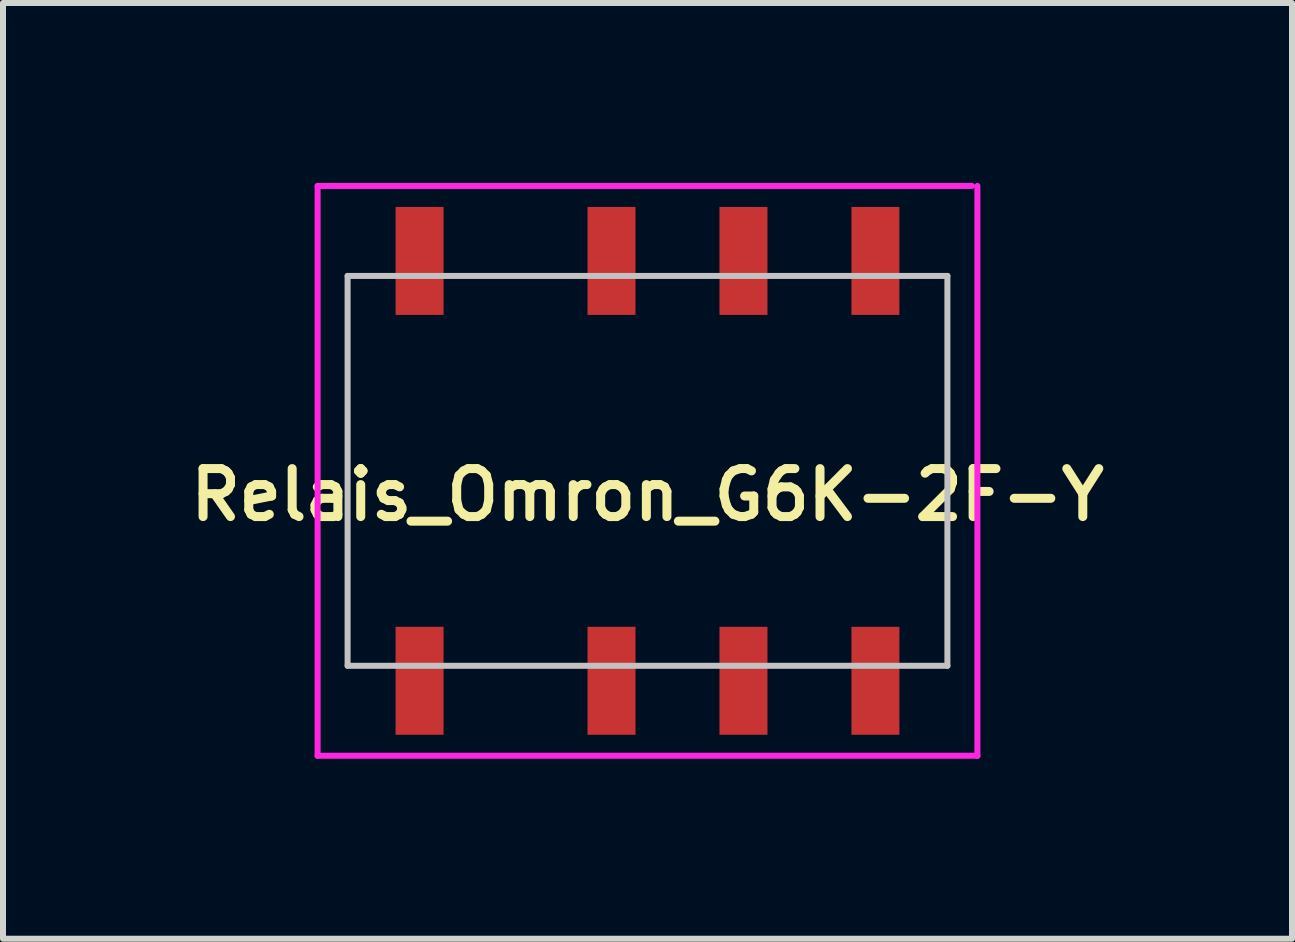
<source format=kicad_pcb>
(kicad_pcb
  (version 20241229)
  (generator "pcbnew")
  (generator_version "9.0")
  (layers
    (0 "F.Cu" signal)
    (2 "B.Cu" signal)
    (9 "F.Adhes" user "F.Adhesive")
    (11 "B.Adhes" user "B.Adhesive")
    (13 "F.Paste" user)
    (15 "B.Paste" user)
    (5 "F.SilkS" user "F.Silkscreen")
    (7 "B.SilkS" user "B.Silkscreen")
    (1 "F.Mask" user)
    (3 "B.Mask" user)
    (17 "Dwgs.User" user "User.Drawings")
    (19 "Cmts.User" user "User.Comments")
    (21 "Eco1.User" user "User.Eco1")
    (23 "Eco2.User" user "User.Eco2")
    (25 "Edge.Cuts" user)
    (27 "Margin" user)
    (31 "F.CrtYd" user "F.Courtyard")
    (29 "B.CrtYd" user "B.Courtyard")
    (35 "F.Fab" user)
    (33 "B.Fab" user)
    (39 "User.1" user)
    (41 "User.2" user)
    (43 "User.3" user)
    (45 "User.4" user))
  (footprint "Relais_Omron_G6K-2F-Y"
    (layer "F.Cu")
    (at 7.745 4.8)
    (property "Reference" "Relais_Omron_G6K-2F-Y" (at 0 0.4 0) (layer "F.SilkS") (effects (font (size 0.8 0.8) (thickness 0.15))))
    (attr smd)
    (fp_line (start -5 -3.25) (end 5 -3.25) (stroke (width 0.1) (type solid)) (layer "Dwgs.User"))
    (fp_line (start -5 3.25) (end -5 -3.25) (stroke (width 0.1) (type solid)) (layer "Dwgs.User"))
    (fp_line (start 5 -3.25) (end 5 3.25) (stroke (width 0.1) (type solid)) (layer "Dwgs.User"))
    (fp_line (start 5 3.25) (end -5 3.25) (stroke (width 0.1) (type solid)) (layer "Dwgs.User"))
    (fp_line (start -5.5 -4.75) (end 5.41 -4.75) (stroke (width 0.1) (type solid)) (layer "F.CrtYd"))
    (fp_line (start -5.5 4.75) (end -5.5 -4.75) (stroke (width 0.1) (type solid)) (layer "F.CrtYd"))
    (fp_line (start 5.5 -4.75) (end 5.5 4.75) (stroke (width 0.1) (type solid)) (layer "F.CrtYd"))
    (fp_line (start 5.5 4.75) (end -5.5 4.75) (stroke (width 0.1) (type solid)) (layer "F.CrtYd"))
    (pad "1" smd rect (at -3.8 3.5) (size 0.8 1.8) (layers "F.Cu" "F.Mask" "F.Paste"))
    (pad "2" smd rect (at -0.6 3.5) (size 0.8 1.8) (layers "F.Cu" "F.Mask" "F.Paste"))
    (pad "3" smd rect (at 1.6 3.5) (size 0.8 1.8) (layers "F.Cu" "F.Mask" "F.Paste"))
    (pad "4" smd rect (at 3.8 3.5) (size 0.8 1.8) (layers "F.Cu" "F.Mask" "F.Paste"))
    (pad "5" smd rect (at 3.8 -3.5) (size 0.8 1.8) (layers "F.Cu" "F.Mask" "F.Paste"))
    (pad "6" smd rect (at 1.6 -3.5) (size 0.8 1.8) (layers "F.Cu" "F.Mask" "F.Paste"))
    (pad "7" smd rect (at -0.6 -3.5) (size 0.8 1.8) (layers "F.Cu" "F.Mask" "F.Paste"))
    (pad "8" smd rect (at -3.8 -3.5) (size 0.8 1.8) (layers "F.Cu" "F.Mask" "F.Paste")))
  (gr_rect
    (start -3 -3)
    (end 18.49 12.6)
    (stroke (width 0.1) (type default))
    (fill no)
    (layer "Edge.Cuts")))
</source>
